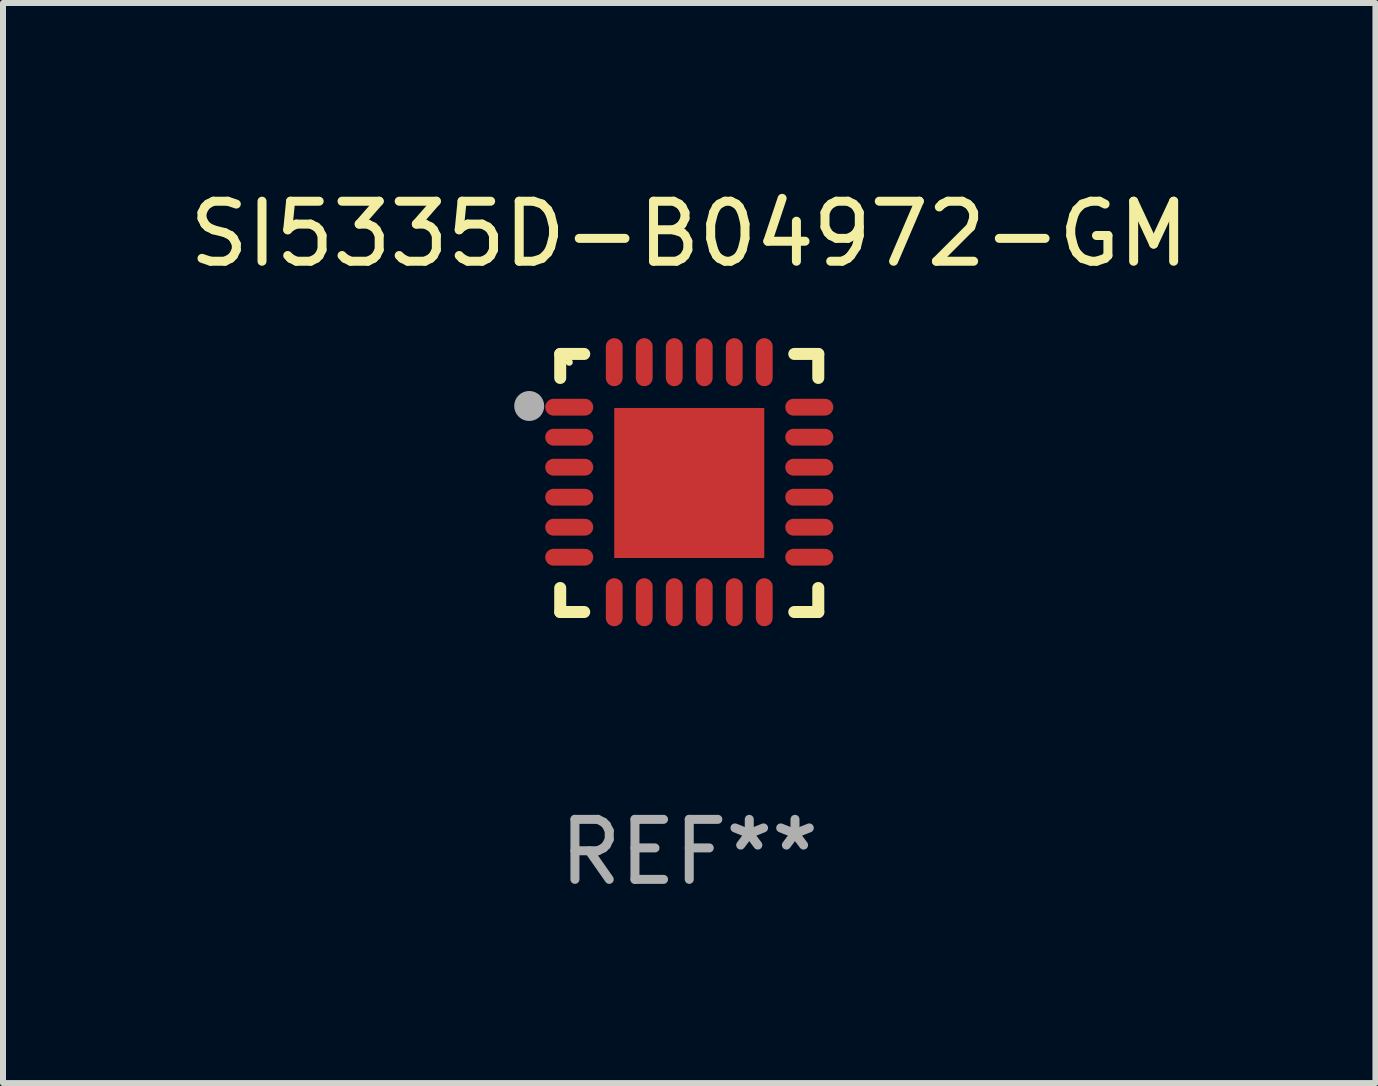
<source format=kicad_pcb>
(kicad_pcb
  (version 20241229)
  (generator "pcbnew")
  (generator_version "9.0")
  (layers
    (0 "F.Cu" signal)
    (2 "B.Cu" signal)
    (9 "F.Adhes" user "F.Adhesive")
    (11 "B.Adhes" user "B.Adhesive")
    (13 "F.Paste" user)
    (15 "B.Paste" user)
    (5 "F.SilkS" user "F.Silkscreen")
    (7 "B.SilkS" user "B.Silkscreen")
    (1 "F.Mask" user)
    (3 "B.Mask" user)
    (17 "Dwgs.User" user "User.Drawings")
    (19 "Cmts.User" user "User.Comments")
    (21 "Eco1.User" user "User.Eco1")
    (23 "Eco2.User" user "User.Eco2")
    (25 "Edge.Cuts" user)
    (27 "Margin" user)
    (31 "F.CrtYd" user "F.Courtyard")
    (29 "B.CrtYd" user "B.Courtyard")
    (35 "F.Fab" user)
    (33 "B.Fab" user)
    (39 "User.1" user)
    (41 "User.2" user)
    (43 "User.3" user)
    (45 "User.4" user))
  (footprint "SI5335D-B04972-GM"
    (layer "F.Cu")
    (at 8.435 4.998)
    (property "Reference" "SI5335D-B04972-GM" (at 0 -4.15 0) (layer "F.SilkS") (effects (font (size 1 1) (thickness 0.15))))
    (attr through_hole)
    (fp_line (start -2.15 -2.15) (end -1.75 -2.15) (stroke (width 0.2) (type solid)) (layer "F.SilkS"))
    (fp_line (start -2.15 -1.75) (end -2.15 -2.15) (stroke (width 0.2) (type solid)) (layer "F.SilkS"))
    (fp_line (start -2.15 2.15) (end -2.15 1.75) (stroke (width 0.2) (type solid)) (layer "F.SilkS"))
    (fp_line (start -1.75 2.15) (end -2.15 2.15) (stroke (width 0.2) (type solid)) (layer "F.SilkS"))
    (fp_line (start 1.75 -2.15) (end 2.15 -2.15) (stroke (width 0.2) (type solid)) (layer "F.SilkS"))
    (fp_line (start 1.75 2.15) (end 2.15 2.15) (stroke (width 0.2) (type solid)) (layer "F.SilkS"))
    (fp_line (start 2.15 -2.15) (end 2.15 -1.75) (stroke (width 0.2) (type solid)) (layer "F.SilkS"))
    (fp_line (start 2.15 2.15) (end 2.15 1.75) (stroke (width 0.2) (type solid)) (layer "F.SilkS"))
    (fp_circle (center -2 -2.013) (end -1.97 -2.013) (stroke (width 0.06) (type solid)) (fill no) (layer "F.SilkS"))
    (fp_circle (center -2.667 -1.283) (end -2.542 -1.283) (stroke (width 0.25) (type solid)) (fill no) (layer "F.Fab"))
    (fp_text user "REF**" (at 0 6.15 0) (layer "F.Fab") (effects (font (size 1 1) (thickness 0.15))))
    (pad "1" smd oval (at -2 -1.263) (size 0.8 0.28) (layers "F.Cu" "F.Mask" "F.Paste"))
    (pad "2" smd oval (at -2 -0.763) (size 0.8 0.28) (layers "F.Cu" "F.Mask" "F.Paste"))
    (pad "3" smd oval (at -2 -0.263) (size 0.8 0.28) (layers "F.Cu" "F.Mask" "F.Paste"))
    (pad "4" smd oval (at -2 0.237) (size 0.8 0.28) (layers "F.Cu" "F.Mask" "F.Paste"))
    (pad "5" smd oval (at -2 0.737) (size 0.8 0.28) (layers "F.Cu" "F.Mask" "F.Paste"))
    (pad "6" smd oval (at -2 1.237) (size 0.8 0.28) (layers "F.Cu" "F.Mask" "F.Paste"))
    (pad "7" smd oval (at -1.25 1.987) (size 0.28 0.8) (layers "F.Cu" "F.Mask" "F.Paste"))
    (pad "8" smd oval (at -0.75 1.987) (size 0.28 0.8) (layers "F.Cu" "F.Mask" "F.Paste"))
    (pad "9" smd oval (at -0.25 1.987) (size 0.28 0.8) (layers "F.Cu" "F.Mask" "F.Paste"))
    (pad "10" smd oval (at 0.25 1.987) (size 0.28 0.8) (layers "F.Cu" "F.Mask" "F.Paste"))
    (pad "11" smd oval (at 0.75 1.987) (size 0.28 0.8) (layers "F.Cu" "F.Mask" "F.Paste"))
    (pad "12" smd oval (at 1.25 1.987) (size 0.28 0.8) (layers "F.Cu" "F.Mask" "F.Paste"))
    (pad "13" smd oval (at 2 1.237) (size 0.8 0.28) (layers "F.Cu" "F.Mask" "F.Paste"))
    (pad "14" smd oval (at 2 0.737) (size 0.8 0.28) (layers "F.Cu" "F.Mask" "F.Paste"))
    (pad "15" smd oval (at 2 0.237) (size 0.8 0.28) (layers "F.Cu" "F.Mask" "F.Paste"))
    (pad "16" smd oval (at 2 -0.263) (size 0.8 0.28) (layers "F.Cu" "F.Mask" "F.Paste"))
    (pad "17" smd oval (at 2 -0.763) (size 0.8 0.28) (layers "F.Cu" "F.Mask" "F.Paste"))
    (pad "18" smd oval (at 2 -1.263) (size 0.8 0.28) (layers "F.Cu" "F.Mask" "F.Paste"))
    (pad "19" smd oval (at 1.25 -2.013) (size 0.28 0.8) (layers "F.Cu" "F.Mask" "F.Paste"))
    (pad "20" smd oval (at 0.75 -2.013) (size 0.28 0.8) (layers "F.Cu" "F.Mask" "F.Paste"))
    (pad "21" smd oval (at 0.25 -2.013) (size 0.28 0.8) (layers "F.Cu" "F.Mask" "F.Paste"))
    (pad "22" smd oval (at -0.25 -2.013) (size 0.28 0.8) (layers "F.Cu" "F.Mask" "F.Paste"))
    (pad "23" smd oval (at -0.75 -2.013) (size 0.28 0.8) (layers "F.Cu" "F.Mask" "F.Paste"))
    (pad "24" smd oval (at -1.25 -2.013) (size 0.28 0.8) (layers "F.Cu" "F.Mask" "F.Paste"))
    (pad "25" smd rect (at -0.000127 -0.00014) (size 2.5 2.5) (layers "F.Cu" "F.Mask" "F.Paste")))
  (gr_rect
    (start -3 -3)
    (end 19.869 14.997)
    (stroke (width 0.1) (type default))
    (fill no)
    (layer "Edge.Cuts")))
</source>
